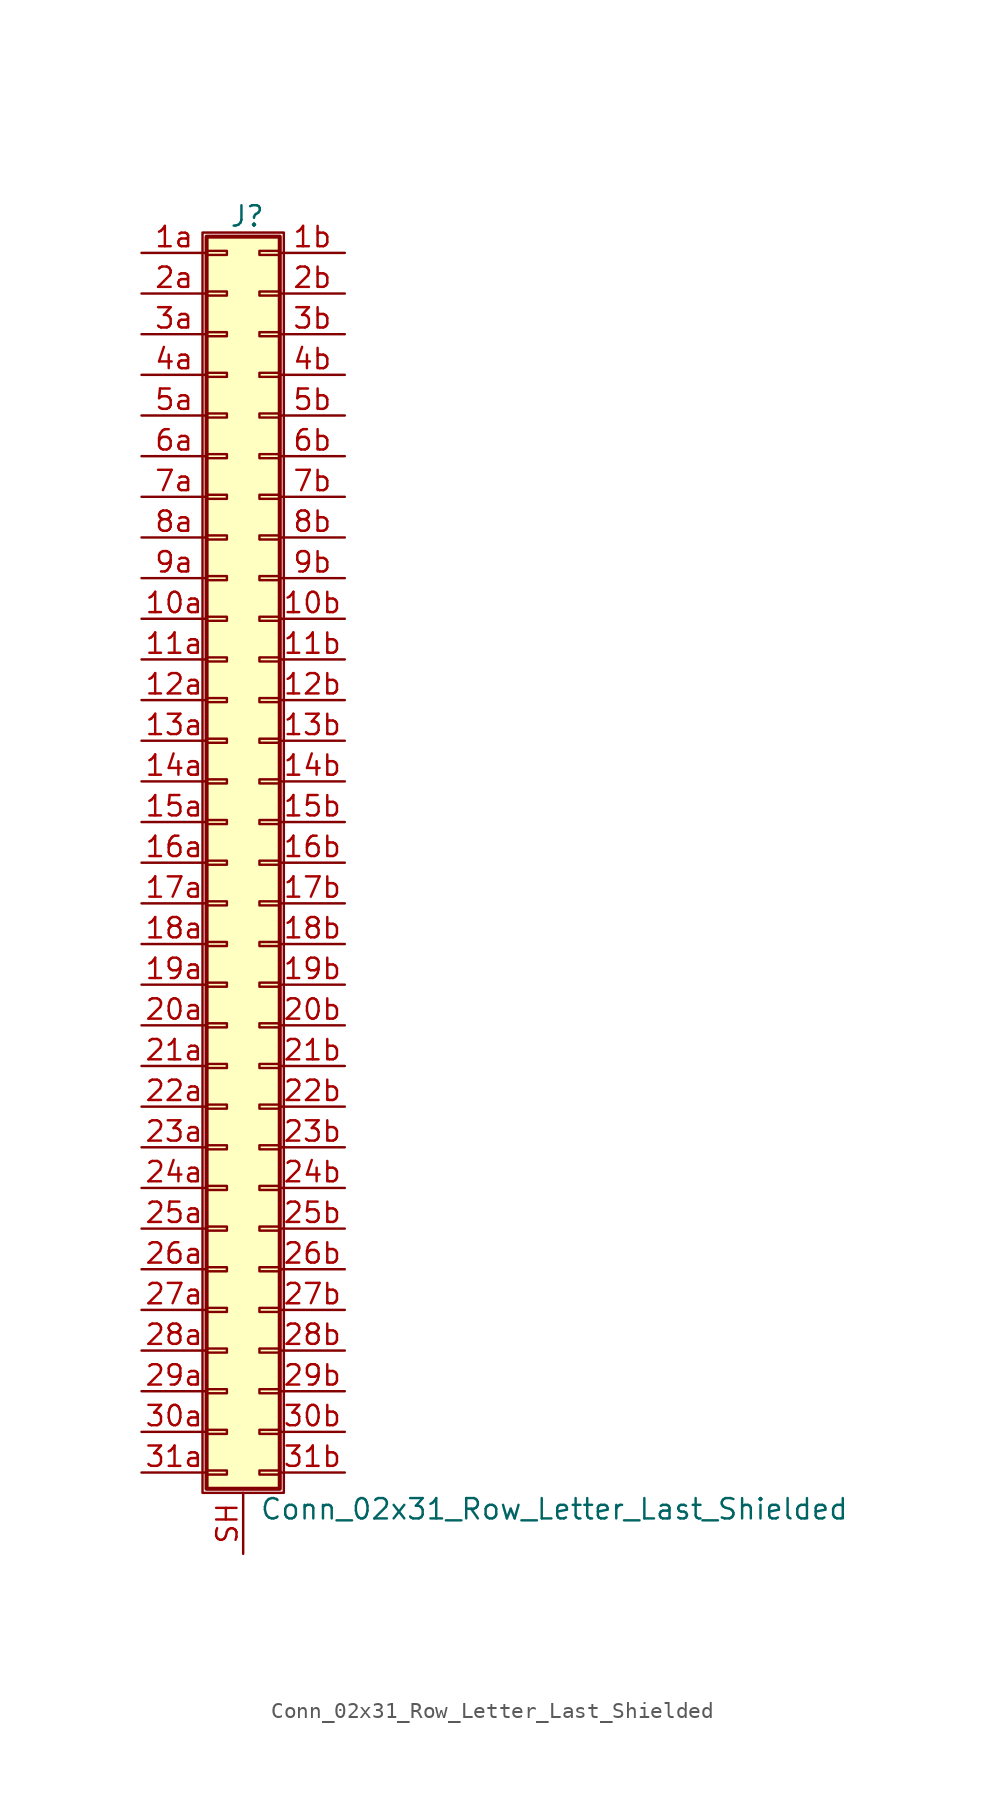
<source format=kicad_sym>
(kicad_symbol_lib
  (version 20201005)
  (generator kicad_symbol_editor)
  (symbol "Conn_02x31_Row_Letter_Last_Shielded"
    (pin_names
      (offset 1.016) hide)
    (property "Reference" "J"
      (at 1.524 40.386 0)
      (effects (font (size 1.27 1.27))))
    (property "Value" "Conn_02x31_Row_Letter_Last_Shielded"
      (at 2.286 -40.386 0)
      (effects (font (size 1.27 1.27)) (justify left)))
    (symbol "Conn_02x31_Row_Letter_Last_Shielded_1_1"
      (rectangle (start -1.27 39.37) (end 3.81 -39.37) (stroke (width 0.152)) (fill (type none)))
      (rectangle (start -1.016 -37.973) (end 0.254 -38.227) (stroke (width 0.152)) (fill (type none)))
      (rectangle (start -1.016 -35.433) (end 0.254 -35.687) (stroke (width 0.152)) (fill (type none)))
      (rectangle (start -1.016 -32.893) (end 0.254 -33.147) (stroke (width 0.152)) (fill (type none)))
      (rectangle (start -1.016 -30.353) (end 0.254 -30.607) (stroke (width 0.152)) (fill (type none)))
      (rectangle (start -1.016 -27.813) (end 0.254 -28.067) (stroke (width 0.152)) (fill (type none)))
      (rectangle (start -1.016 -25.273) (end 0.254 -25.527) (stroke (width 0.152)) (fill (type none)))
      (rectangle (start -1.016 -22.733) (end 0.254 -22.987) (stroke (width 0.152)) (fill (type none)))
      (rectangle (start -1.016 -20.193) (end 0.254 -20.447) (stroke (width 0.152)) (fill (type none)))
      (rectangle (start -1.016 -17.653) (end 0.254 -17.907) (stroke (width 0.152)) (fill (type none)))
      (rectangle (start -1.016 -15.113) (end 0.254 -15.367) (stroke (width 0.152)) (fill (type none)))
      (rectangle (start -1.016 -12.573) (end 0.254 -12.827) (stroke (width 0.152)) (fill (type none)))
      (rectangle (start -1.016 -10.033) (end 0.254 -10.287) (stroke (width 0.152)) (fill (type none)))
      (rectangle (start -1.016 -7.493) (end 0.254 -7.747) (stroke (width 0.152)) (fill (type none)))
      (rectangle (start -1.016 -4.953) (end 0.254 -5.207) (stroke (width 0.152)) (fill (type none)))
      (rectangle (start -1.016 -2.413) (end 0.254 -2.667) (stroke (width 0.152)) (fill (type none)))
      (rectangle (start -1.016 0.127) (end 0.254 -0.127) (stroke (width 0.152)) (fill (type none)))
      (rectangle (start -1.016 2.667) (end 0.254 2.413) (stroke (width 0.152)) (fill (type none)))
      (rectangle (start -1.016 5.207) (end 0.254 4.953) (stroke (width 0.152)) (fill (type none)))
      (rectangle (start -1.016 7.747) (end 0.254 7.493) (stroke (width 0.152)) (fill (type none)))
      (rectangle (start -1.016 10.287) (end 0.254 10.033) (stroke (width 0.152)) (fill (type none)))
      (rectangle (start -1.016 12.827) (end 0.254 12.573) (stroke (width 0.152)) (fill (type none)))
      (rectangle (start -1.016 15.367) (end 0.254 15.113) (stroke (width 0.152)) (fill (type none)))
      (rectangle (start -1.016 17.907) (end 0.254 17.653) (stroke (width 0.152)) (fill (type none)))
      (rectangle (start -1.016 20.447) (end 0.254 20.193) (stroke (width 0.152)) (fill (type none)))
      (rectangle (start -1.016 22.987) (end 0.254 22.733) (stroke (width 0.152)) (fill (type none)))
      (rectangle (start -1.016 25.527) (end 0.254 25.273) (stroke (width 0.152)) (fill (type none)))
      (rectangle (start -1.016 28.067) (end 0.254 27.813) (stroke (width 0.152)) (fill (type none)))
      (rectangle (start -1.016 30.607) (end 0.254 30.353) (stroke (width 0.152)) (fill (type none)))
      (rectangle (start -1.016 33.147) (end 0.254 32.893) (stroke (width 0.152)) (fill (type none)))
      (rectangle (start -1.016 35.687) (end 0.254 35.433) (stroke (width 0.152)) (fill (type none)))
      (rectangle (start -1.016 38.227) (end 0.254 37.973) (stroke (width 0.152)) (fill (type none)))
      (rectangle (start 3.556 -37.973) (end 2.286 -38.227) (stroke (width 0.152)) (fill (type none)))
      (rectangle (start 3.556 -35.433) (end 2.286 -35.687) (stroke (width 0.152)) (fill (type none)))
      (rectangle (start 3.556 -32.893) (end 2.286 -33.147) (stroke (width 0.152)) (fill (type none)))
      (rectangle (start 3.556 -30.353) (end 2.286 -30.607) (stroke (width 0.152)) (fill (type none)))
      (rectangle (start 3.556 -27.813) (end 2.286 -28.067) (stroke (width 0.152)) (fill (type none)))
      (rectangle (start 3.556 -25.273) (end 2.286 -25.527) (stroke (width 0.152)) (fill (type none)))
      (rectangle (start 3.556 -22.733) (end 2.286 -22.987) (stroke (width 0.152)) (fill (type none)))
      (rectangle (start 3.556 -20.193) (end 2.286 -20.447) (stroke (width 0.152)) (fill (type none)))
      (rectangle (start 3.556 -17.653) (end 2.286 -17.907) (stroke (width 0.152)) (fill (type none)))
      (rectangle (start 3.556 -15.113) (end 2.286 -15.367) (stroke (width 0.152)) (fill (type none)))
      (rectangle (start 3.556 -12.573) (end 2.286 -12.827) (stroke (width 0.152)) (fill (type none)))
      (rectangle (start 3.556 -10.033) (end 2.286 -10.287) (stroke (width 0.152)) (fill (type none)))
      (rectangle (start 3.556 -7.493) (end 2.286 -7.747) (stroke (width 0.152)) (fill (type none)))
      (rectangle (start 3.556 -4.953) (end 2.286 -5.207) (stroke (width 0.152)) (fill (type none)))
      (rectangle (start 3.556 -2.413) (end 2.286 -2.667) (stroke (width 0.152)) (fill (type none)))
      (rectangle (start 3.556 0.127) (end 2.286 -0.127) (stroke (width 0.152)) (fill (type none)))
      (rectangle (start 3.556 2.667) (end 2.286 2.413) (stroke (width 0.152)) (fill (type none)))
      (rectangle (start 3.556 5.207) (end 2.286 4.953) (stroke (width 0.152)) (fill (type none)))
      (rectangle (start 3.556 7.747) (end 2.286 7.493) (stroke (width 0.152)) (fill (type none)))
      (rectangle (start 3.556 10.287) (end 2.286 10.033) (stroke (width 0.152)) (fill (type none)))
      (rectangle (start 3.556 12.827) (end 2.286 12.573) (stroke (width 0.152)) (fill (type none)))
      (rectangle (start 3.556 15.367) (end 2.286 15.113) (stroke (width 0.152)) (fill (type none)))
      (rectangle (start 3.556 17.907) (end 2.286 17.653) (stroke (width 0.152)) (fill (type none)))
      (rectangle (start 3.556 20.447) (end 2.286 20.193) (stroke (width 0.152)) (fill (type none)))
      (rectangle (start 3.556 22.987) (end 2.286 22.733) (stroke (width 0.152)) (fill (type none)))
      (rectangle (start 3.556 25.527) (end 2.286 25.273) (stroke (width 0.152)) (fill (type none)))
      (rectangle (start 3.556 28.067) (end 2.286 27.813) (stroke (width 0.152)) (fill (type none)))
      (rectangle (start 3.556 30.607) (end 2.286 30.353) (stroke (width 0.152)) (fill (type none)))
      (rectangle (start 3.556 33.147) (end 2.286 32.893) (stroke (width 0.152)) (fill (type none)))
      (rectangle (start 3.556 35.687) (end 2.286 35.433) (stroke (width 0.152)) (fill (type none)))
      (rectangle (start 3.556 38.227) (end 2.286 37.973) (stroke (width 0.152)) (fill (type none)))
      (rectangle (start -1.016 39.116) (end 3.556 -39.116) (stroke (width 0.254)) (fill (type background)))
      (pin passive line (at -5.08 15.24 0) (length 4.064) (name "Pin_10a" (effects (font (size 1.27 1.27)))) (number "10a" (effects (font (size 1.27 1.27)))))
      (pin passive line (at 7.62 15.24 180) (length 4.064) (name "Pin_10b" (effects (font (size 1.27 1.27)))) (number "10b" (effects (font (size 1.27 1.27)))))
      (pin passive line (at -5.08 12.7 0) (length 4.064) (name "Pin_11a" (effects (font (size 1.27 1.27)))) (number "11a" (effects (font (size 1.27 1.27)))))
      (pin passive line (at 7.62 12.7 180) (length 4.064) (name "Pin_11b" (effects (font (size 1.27 1.27)))) (number "11b" (effects (font (size 1.27 1.27)))))
      (pin passive line (at -5.08 10.16 0) (length 4.064) (name "Pin_12a" (effects (font (size 1.27 1.27)))) (number "12a" (effects (font (size 1.27 1.27)))))
      (pin passive line (at 7.62 10.16 180) (length 4.064) (name "Pin_12b" (effects (font (size 1.27 1.27)))) (number "12b" (effects (font (size 1.27 1.27)))))
      (pin passive line (at -5.08 7.62 0) (length 4.064) (name "Pin_13a" (effects (font (size 1.27 1.27)))) (number "13a" (effects (font (size 1.27 1.27)))))
      (pin passive line (at 7.62 7.62 180) (length 4.064) (name "Pin_13b" (effects (font (size 1.27 1.27)))) (number "13b" (effects (font (size 1.27 1.27)))))
      (pin passive line (at -5.08 5.08 0) (length 4.064) (name "Pin_14a" (effects (font (size 1.27 1.27)))) (number "14a" (effects (font (size 1.27 1.27)))))
      (pin passive line (at 7.62 5.08 180) (length 4.064) (name "Pin_14b" (effects (font (size 1.27 1.27)))) (number "14b" (effects (font (size 1.27 1.27)))))
      (pin passive line (at -5.08 2.54 0) (length 4.064) (name "Pin_15a" (effects (font (size 1.27 1.27)))) (number "15a" (effects (font (size 1.27 1.27)))))
      (pin passive line (at 7.62 2.54 180) (length 4.064) (name "Pin_15b" (effects (font (size 1.27 1.27)))) (number "15b" (effects (font (size 1.27 1.27)))))
      (pin passive line (at -5.08 0 0) (length 4.064) (name "Pin_16a" (effects (font (size 1.27 1.27)))) (number "16a" (effects (font (size 1.27 1.27)))))
      (pin passive line (at 7.62 0 180) (length 4.064) (name "Pin_16b" (effects (font (size 1.27 1.27)))) (number "16b" (effects (font (size 1.27 1.27)))))
      (pin passive line (at -5.08 -2.54 0) (length 4.064) (name "Pin_17a" (effects (font (size 1.27 1.27)))) (number "17a" (effects (font (size 1.27 1.27)))))
      (pin passive line (at 7.62 -2.54 180) (length 4.064) (name "Pin_17b" (effects (font (size 1.27 1.27)))) (number "17b" (effects (font (size 1.27 1.27)))))
      (pin passive line (at -5.08 -5.08 0) (length 4.064) (name "Pin_18a" (effects (font (size 1.27 1.27)))) (number "18a" (effects (font (size 1.27 1.27)))))
      (pin passive line (at 7.62 -5.08 180) (length 4.064) (name "Pin_18b" (effects (font (size 1.27 1.27)))) (number "18b" (effects (font (size 1.27 1.27)))))
      (pin passive line (at -5.08 -7.62 0) (length 4.064) (name "Pin_19a" (effects (font (size 1.27 1.27)))) (number "19a" (effects (font (size 1.27 1.27)))))
      (pin passive line (at 7.62 -7.62 180) (length 4.064) (name "Pin_19b" (effects (font (size 1.27 1.27)))) (number "19b" (effects (font (size 1.27 1.27)))))
      (pin passive line (at -5.08 38.1 0) (length 4.064) (name "Pin_1a" (effects (font (size 1.27 1.27)))) (number "1a" (effects (font (size 1.27 1.27)))))
      (pin passive line (at 7.62 38.1 180) (length 4.064) (name "Pin_1b" (effects (font (size 1.27 1.27)))) (number "1b" (effects (font (size 1.27 1.27)))))
      (pin passive line (at -5.08 -10.16 0) (length 4.064) (name "Pin_20a" (effects (font (size 1.27 1.27)))) (number "20a" (effects (font (size 1.27 1.27)))))
      (pin passive line (at 7.62 -10.16 180) (length 4.064) (name "Pin_20b" (effects (font (size 1.27 1.27)))) (number "20b" (effects (font (size 1.27 1.27)))))
      (pin passive line (at -5.08 -12.7 0) (length 4.064) (name "Pin_21a" (effects (font (size 1.27 1.27)))) (number "21a" (effects (font (size 1.27 1.27)))))
      (pin passive line (at 7.62 -12.7 180) (length 4.064) (name "Pin_21b" (effects (font (size 1.27 1.27)))) (number "21b" (effects (font (size 1.27 1.27)))))
      (pin passive line (at -5.08 -15.24 0) (length 4.064) (name "Pin_22a" (effects (font (size 1.27 1.27)))) (number "22a" (effects (font (size 1.27 1.27)))))
      (pin passive line (at 7.62 -15.24 180) (length 4.064) (name "Pin_22b" (effects (font (size 1.27 1.27)))) (number "22b" (effects (font (size 1.27 1.27)))))
      (pin passive line (at -5.08 -17.78 0) (length 4.064) (name "Pin_23a" (effects (font (size 1.27 1.27)))) (number "23a" (effects (font (size 1.27 1.27)))))
      (pin passive line (at 7.62 -17.78 180) (length 4.064) (name "Pin_23b" (effects (font (size 1.27 1.27)))) (number "23b" (effects (font (size 1.27 1.27)))))
      (pin passive line (at -5.08 -20.32 0) (length 4.064) (name "Pin_24a" (effects (font (size 1.27 1.27)))) (number "24a" (effects (font (size 1.27 1.27)))))
      (pin passive line (at 7.62 -20.32 180) (length 4.064) (name "Pin_24b" (effects (font (size 1.27 1.27)))) (number "24b" (effects (font (size 1.27 1.27)))))
      (pin passive line (at -5.08 -22.86 0) (length 4.064) (name "Pin_25a" (effects (font (size 1.27 1.27)))) (number "25a" (effects (font (size 1.27 1.27)))))
      (pin passive line (at 7.62 -22.86 180) (length 4.064) (name "Pin_25b" (effects (font (size 1.27 1.27)))) (number "25b" (effects (font (size 1.27 1.27)))))
      (pin passive line (at -5.08 -25.4 0) (length 4.064) (name "Pin_26a" (effects (font (size 1.27 1.27)))) (number "26a" (effects (font (size 1.27 1.27)))))
      (pin passive line (at 7.62 -25.4 180) (length 4.064) (name "Pin_26b" (effects (font (size 1.27 1.27)))) (number "26b" (effects (font (size 1.27 1.27)))))
      (pin passive line (at -5.08 -27.94 0) (length 4.064) (name "Pin_27a" (effects (font (size 1.27 1.27)))) (number "27a" (effects (font (size 1.27 1.27)))))
      (pin passive line (at 7.62 -27.94 180) (length 4.064) (name "Pin_27b" (effects (font (size 1.27 1.27)))) (number "27b" (effects (font (size 1.27 1.27)))))
      (pin passive line (at -5.08 -30.48 0) (length 4.064) (name "Pin_28a" (effects (font (size 1.27 1.27)))) (number "28a" (effects (font (size 1.27 1.27)))))
      (pin passive line (at 7.62 -30.48 180) (length 4.064) (name "Pin_28b" (effects (font (size 1.27 1.27)))) (number "28b" (effects (font (size 1.27 1.27)))))
      (pin passive line (at -5.08 -33.02 0) (length 4.064) (name "Pin_29a" (effects (font (size 1.27 1.27)))) (number "29a" (effects (font (size 1.27 1.27)))))
      (pin passive line (at 7.62 -33.02 180) (length 4.064) (name "Pin_29b" (effects (font (size 1.27 1.27)))) (number "29b" (effects (font (size 1.27 1.27)))))
      (pin passive line (at -5.08 35.56 0) (length 4.064) (name "Pin_2a" (effects (font (size 1.27 1.27)))) (number "2a" (effects (font (size 1.27 1.27)))))
      (pin passive line (at 7.62 35.56 180) (length 4.064) (name "Pin_2b" (effects (font (size 1.27 1.27)))) (number "2b" (effects (font (size 1.27 1.27)))))
      (pin passive line (at -5.08 -35.56 0) (length 4.064) (name "Pin_30a" (effects (font (size 1.27 1.27)))) (number "30a" (effects (font (size 1.27 1.27)))))
      (pin passive line (at 7.62 -35.56 180) (length 4.064) (name "Pin_30b" (effects (font (size 1.27 1.27)))) (number "30b" (effects (font (size 1.27 1.27)))))
      (pin passive line (at -5.08 -38.1 0) (length 4.064) (name "Pin_31a" (effects (font (size 1.27 1.27)))) (number "31a" (effects (font (size 1.27 1.27)))))
      (pin passive line (at 7.62 -38.1 180) (length 4.064) (name "Pin_31b" (effects (font (size 1.27 1.27)))) (number "31b" (effects (font (size 1.27 1.27)))))
      (pin passive line (at -5.08 33.02 0) (length 4.064) (name "Pin_3a" (effects (font (size 1.27 1.27)))) (number "3a" (effects (font (size 1.27 1.27)))))
      (pin passive line (at 7.62 33.02 180) (length 4.064) (name "Pin_3b" (effects (font (size 1.27 1.27)))) (number "3b" (effects (font (size 1.27 1.27)))))
      (pin passive line (at -5.08 30.48 0) (length 4.064) (name "Pin_4a" (effects (font (size 1.27 1.27)))) (number "4a" (effects (font (size 1.27 1.27)))))
      (pin passive line (at 7.62 30.48 180) (length 4.064) (name "Pin_4b" (effects (font (size 1.27 1.27)))) (number "4b" (effects (font (size 1.27 1.27)))))
      (pin passive line (at -5.08 27.94 0) (length 4.064) (name "Pin_5a" (effects (font (size 1.27 1.27)))) (number "5a" (effects (font (size 1.27 1.27)))))
      (pin passive line (at 7.62 27.94 180) (length 4.064) (name "Pin_5b" (effects (font (size 1.27 1.27)))) (number "5b" (effects (font (size 1.27 1.27)))))
      (pin passive line (at -5.08 25.4 0) (length 4.064) (name "Pin_6a" (effects (font (size 1.27 1.27)))) (number "6a" (effects (font (size 1.27 1.27)))))
      (pin passive line (at 7.62 25.4 180) (length 4.064) (name "Pin_6b" (effects (font (size 1.27 1.27)))) (number "6b" (effects (font (size 1.27 1.27)))))
      (pin passive line (at -5.08 22.86 0) (length 4.064) (name "Pin_7a" (effects (font (size 1.27 1.27)))) (number "7a" (effects (font (size 1.27 1.27)))))
      (pin passive line (at 7.62 22.86 180) (length 4.064) (name "Pin_7b" (effects (font (size 1.27 1.27)))) (number "7b" (effects (font (size 1.27 1.27)))))
      (pin passive line (at -5.08 20.32 0) (length 4.064) (name "Pin_8a" (effects (font (size 1.27 1.27)))) (number "8a" (effects (font (size 1.27 1.27)))))
      (pin passive line (at 7.62 20.32 180) (length 4.064) (name "Pin_8b" (effects (font (size 1.27 1.27)))) (number "8b" (effects (font (size 1.27 1.27)))))
      (pin passive line (at -5.08 17.78 0) (length 4.064) (name "Pin_9a" (effects (font (size 1.27 1.27)))) (number "9a" (effects (font (size 1.27 1.27)))))
      (pin passive line (at 7.62 17.78 180) (length 4.064) (name "Pin_9b" (effects (font (size 1.27 1.27)))) (number "9b" (effects (font (size 1.27 1.27)))))
      (pin passive line (at 1.27 -43.18 90) (length 3.81) (name "Shield" (effects (font (size 1.27 1.27)))) (number "SH" (effects (font (size 1.27 1.27))))))))
</source>
